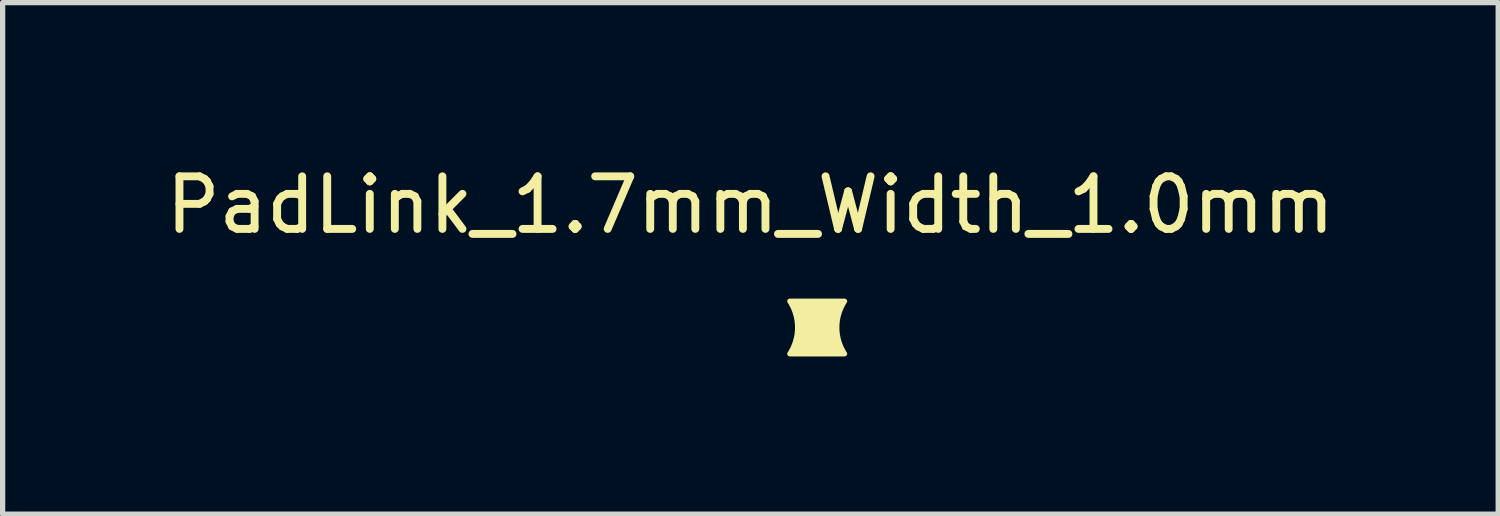
<source format=kicad_pcb>
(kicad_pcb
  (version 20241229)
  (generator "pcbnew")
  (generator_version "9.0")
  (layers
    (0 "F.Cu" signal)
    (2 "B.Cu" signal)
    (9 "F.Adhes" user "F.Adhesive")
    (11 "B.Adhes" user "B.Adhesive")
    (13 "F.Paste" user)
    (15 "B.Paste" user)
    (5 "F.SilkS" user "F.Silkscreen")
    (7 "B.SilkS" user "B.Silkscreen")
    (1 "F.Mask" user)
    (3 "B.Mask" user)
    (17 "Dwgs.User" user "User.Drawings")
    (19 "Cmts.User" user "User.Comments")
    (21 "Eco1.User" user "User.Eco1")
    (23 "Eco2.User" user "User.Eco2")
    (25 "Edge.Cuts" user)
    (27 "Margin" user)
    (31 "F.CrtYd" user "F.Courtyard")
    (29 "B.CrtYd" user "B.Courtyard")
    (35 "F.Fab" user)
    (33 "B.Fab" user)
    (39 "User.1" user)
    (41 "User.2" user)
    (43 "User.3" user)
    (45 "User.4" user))
  (footprint "PadLink_1.7mm_Width_1.0mm"
    (layer "F.Cu")
    (at 11.22 3.178)
    (property "Reference" "PadLink_1.7mm_Width_1.0mm" (at 0 -2.33 0) (layer "F.SilkS") (effects (font (size 1 1) (thickness 0.15))))
    (attr exclude_from_pos_files exclude_from_bom)
    (fp_poly (pts (arc (start 0.75 0.5) (mid 0.898107 0) (end 0.75 -0.5)) (arc (start 1.79 -0.5) (mid 1.641893 0) (end 1.79 0.5))) (stroke (width 0.1) (type solid)) (fill yes) (layer "F.SilkS")))
  (gr_rect
    (start -3 -3)
    (end 25.44 6.728)
    (stroke (width 0.1) (type default))
    (fill no)
    (layer "Edge.Cuts")))
</source>
